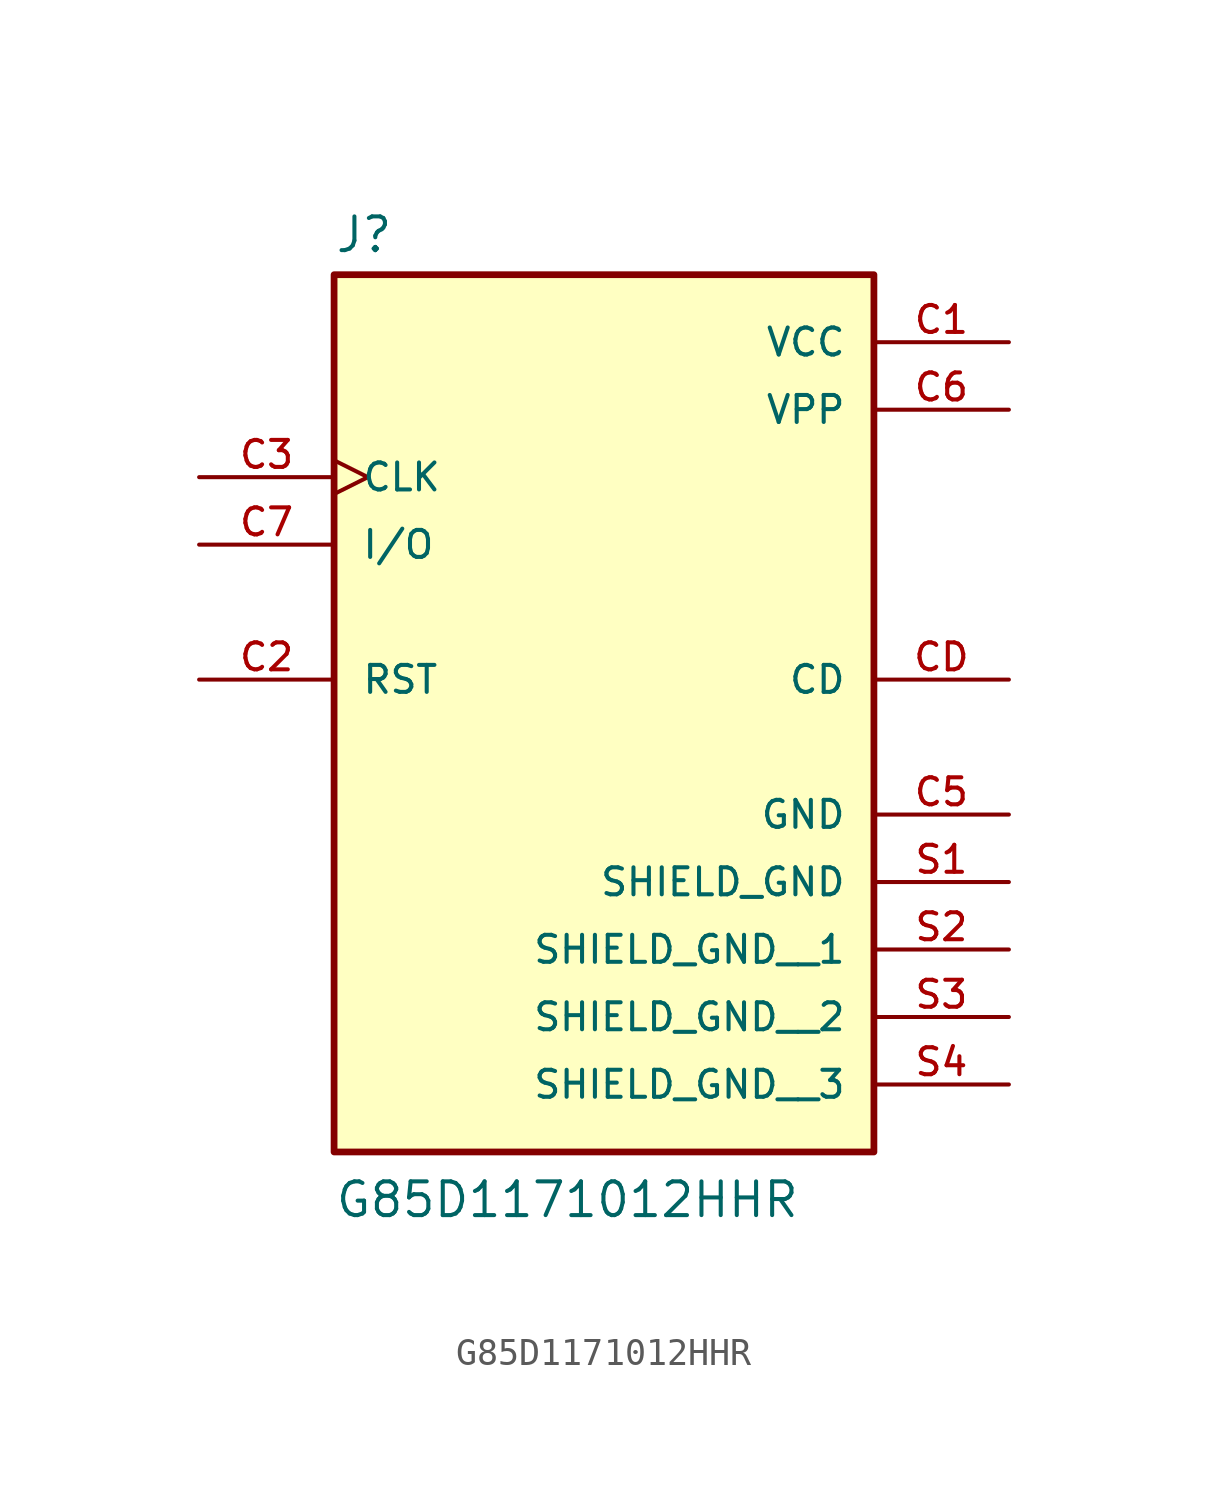
<source format=kicad_sym>
(kicad_symbol_lib
  (version 20211014)
  (generator kicad_symbol_editor)
  (symbol "G85D1171012HHR"
    (pin_names
      (offset 1.016))
    (property "Reference" "J"
      (at -10.16 13.462 0)
      (effects (font (size 1.27 1.27)) (justify bottom left)))
    (property "Value" "G85D1171012HHR"
      (at -10.16 -22.86 0)
      (effects (font (size 1.27 1.27)) (justify bottom left)))
    (symbol "G85D1171012HHR_0_0"
      (rectangle (start -10.16 -20.32) (end 10.16 12.7) (stroke (width 0.254)) (fill (type background)))
      (pin power_in line (at 15.24 10.16 180.0) (length 5.08) (name "VCC" (effects (font (size 1.016 1.016)))) (number "C1" (effects (font (size 1.016 1.016)))))
      (pin input line (at -15.24 -2.54 0) (length 5.08) (name "RST" (effects (font (size 1.016 1.016)))) (number "C2" (effects (font (size 1.016 1.016)))))
      (pin input clock (at -15.24 5.08 0) (length 5.08) (name "CLK" (effects (font (size 1.016 1.016)))) (number "C3" (effects (font (size 1.016 1.016)))))
      (pin power_in line (at 15.24 -7.62 180.0) (length 5.08) (name "GND" (effects (font (size 1.016 1.016)))) (number "C5" (effects (font (size 1.016 1.016)))))
      (pin passive line (at 15.24 7.62 180.0) (length 5.08) (name "VPP" (effects (font (size 1.016 1.016)))) (number "C6" (effects (font (size 1.016 1.016)))))
      (pin bidirectional line (at -15.24 2.54 0) (length 5.08) (name "I/O" (effects (font (size 1.016 1.016)))) (number "C7" (effects (font (size 1.016 1.016)))))
      (pin passive line (at 15.24 -2.54 180.0) (length 5.08) (name "CD" (effects (font (size 1.016 1.016)))) (number "CD" (effects (font (size 1.016 1.016)))))
      (pin power_in line (at 15.24 -10.16 180.0) (length 5.08) (name "SHIELD_GND" (effects (font (size 1.016 1.016)))) (number "S1" (effects (font (size 1.016 1.016)))))
      (pin power_in line (at 15.24 -12.7 180.0) (length 5.08) (name "SHIELD_GND__1" (effects (font (size 1.016 1.016)))) (number "S2" (effects (font (size 1.016 1.016)))))
      (pin power_in line (at 15.24 -15.24 180.0) (length 5.08) (name "SHIELD_GND__2" (effects (font (size 1.016 1.016)))) (number "S3" (effects (font (size 1.016 1.016)))))
      (pin power_in line (at 15.24 -17.78 180.0) (length 5.08) (name "SHIELD_GND__3" (effects (font (size 1.016 1.016)))) (number "S4" (effects (font (size 1.016 1.016))))))))
</source>
